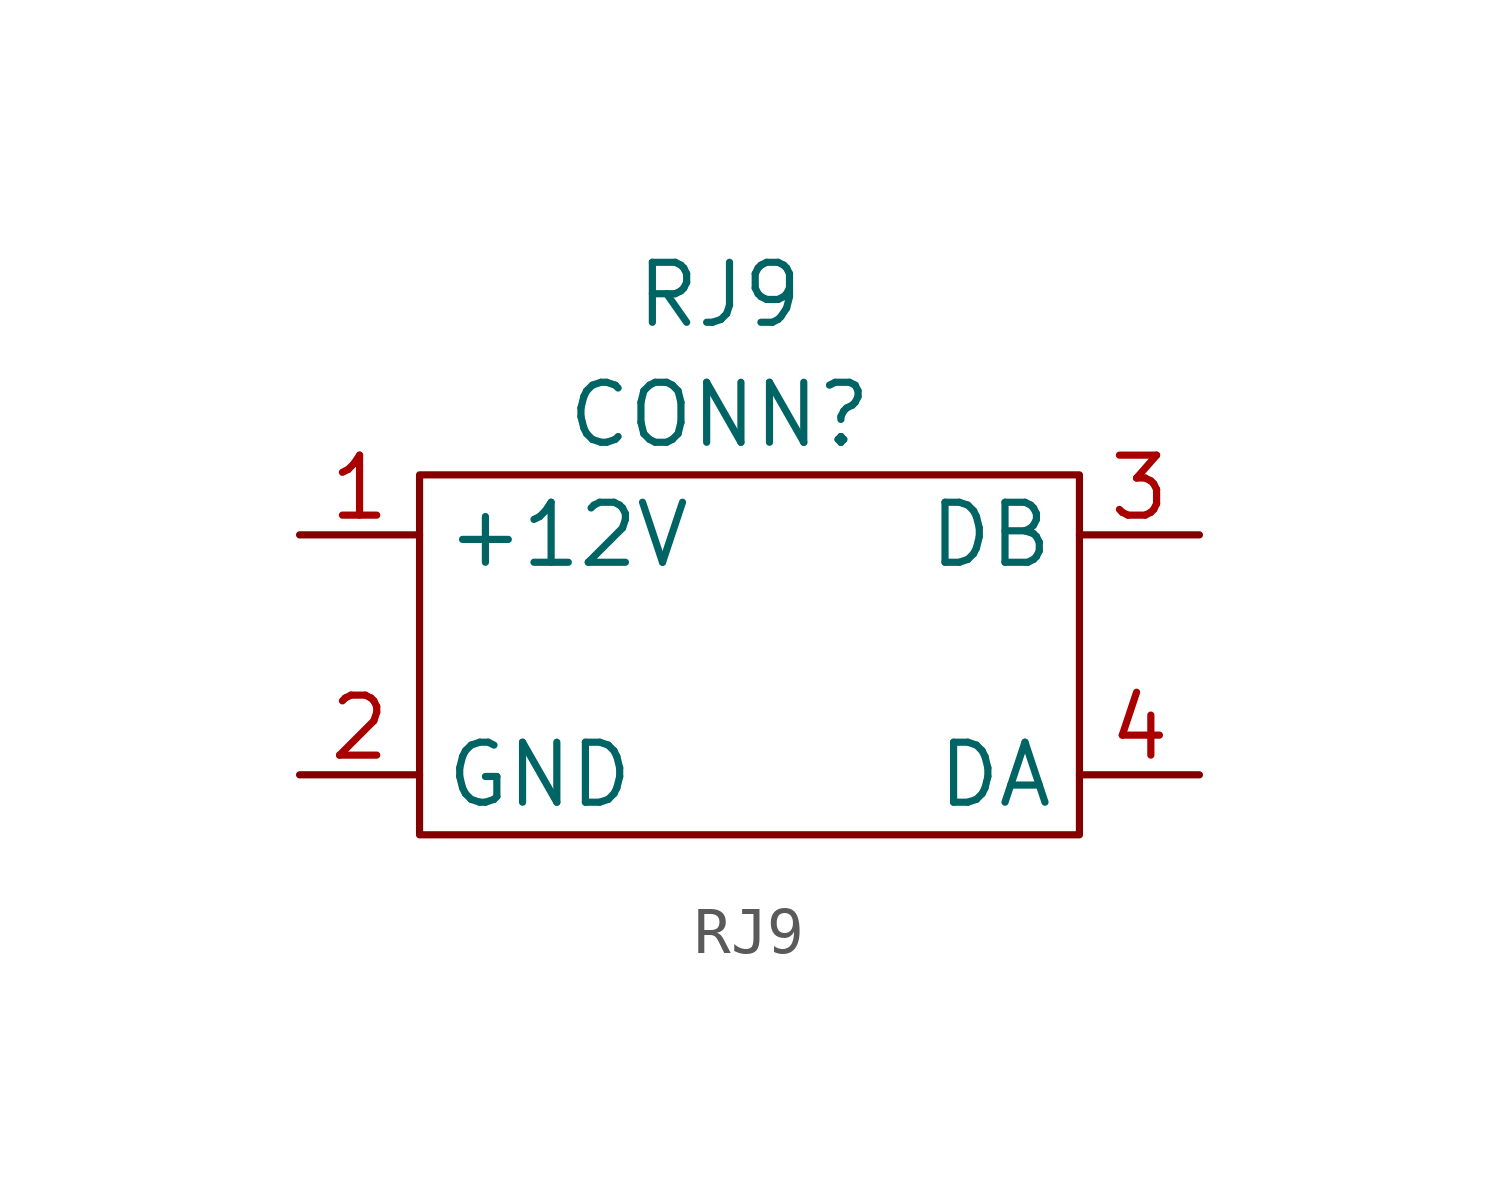
<source format=kicad_sym>
(kicad_symbol_lib
  (version 20211014)
  (generator kicad_symbol_editor)
  (symbol "RJ9"
    (property "Reference" "CONN"
      (at 0 5.08 0)
      (effects (font (size 1.27 1.27))))
    (property "Value" "RJ9"
      (at 0 7.62 0)
      (effects (font (size 1.27 1.27))))
    (symbol "RJ9_0_1"
      (rectangle (start -6.35 3.81) (end 7.62 -3.81) (stroke (width 0) (type default) (color 0 0 0 0)) (fill (type none))))
    (symbol "RJ9_1_1"
      (pin power_in line (at -8.89 2.54 0) (length 2.54) (name "+12V" (effects (font (size 1.27 1.27)))) (number "1" (effects (font (size 1.27 1.27)))))
      (pin power_in line (at -8.89 -2.54 0) (length 2.54) (name "GND" (effects (font (size 1.27 1.27)))) (number "2" (effects (font (size 1.27 1.27)))))
      (pin bidirectional line (at 10.16 2.54 180) (length 2.54) (name "DB" (effects (font (size 1.27 1.27)))) (number "3" (effects (font (size 1.27 1.27)))))
      (pin bidirectional line (at 10.16 -2.54 180) (length 2.54) (name "DA" (effects (font (size 1.27 1.27)))) (number "4" (effects (font (size 1.27 1.27))))))))
</source>
